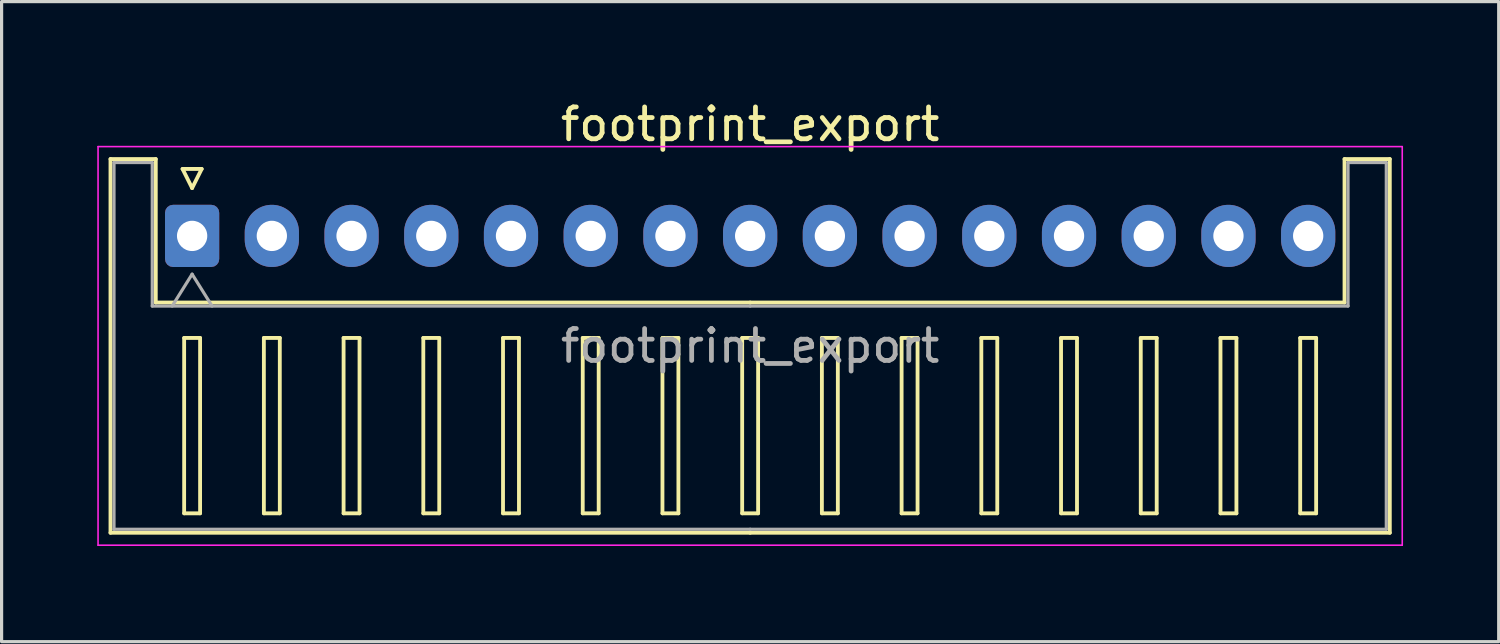
<source format=kicad_pcb>
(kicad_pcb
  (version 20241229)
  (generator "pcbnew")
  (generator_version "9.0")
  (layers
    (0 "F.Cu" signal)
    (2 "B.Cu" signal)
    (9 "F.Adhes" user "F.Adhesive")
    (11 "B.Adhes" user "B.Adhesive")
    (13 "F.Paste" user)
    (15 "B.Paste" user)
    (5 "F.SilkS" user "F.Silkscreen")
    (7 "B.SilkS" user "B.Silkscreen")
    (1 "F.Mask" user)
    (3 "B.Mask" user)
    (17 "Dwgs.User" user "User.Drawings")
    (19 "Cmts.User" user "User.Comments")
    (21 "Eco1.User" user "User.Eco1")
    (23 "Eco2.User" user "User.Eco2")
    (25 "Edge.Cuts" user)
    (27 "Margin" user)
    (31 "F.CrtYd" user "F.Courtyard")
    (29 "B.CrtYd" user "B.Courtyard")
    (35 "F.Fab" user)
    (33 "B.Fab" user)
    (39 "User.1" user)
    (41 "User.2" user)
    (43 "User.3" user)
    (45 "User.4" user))
  (footprint "footprint_export"
    (layer "F.Cu")
    (at 2.975 4.348)
    (property "Reference" "footprint_export" (at 17.5 -3.5 0) (layer "F.SilkS") (effects (font (size 1 1) (thickness 0.15))))
    (attr through_hole)
    (fp_line (start -2.56 -2.41) (end -1.14 -2.41) (stroke (width 0.12) (type solid)) (layer "F.SilkS"))
    (fp_line (start -2.56 9.31) (end -2.56 -2.41) (stroke (width 0.12) (type solid)) (layer "F.SilkS"))
    (fp_line (start -1.14 -2.41) (end -1.14 2.09) (stroke (width 0.12) (type solid)) (layer "F.SilkS"))
    (fp_line (start -1.14 2.09) (end 17.5 2.09) (stroke (width 0.12) (type solid)) (layer "F.SilkS"))
    (fp_line (start -0.3 -2.1) (end 0.3 -2.1) (stroke (width 0.12) (type solid)) (layer "F.SilkS"))
    (fp_line (start -0.25 3.2) (end -0.25 8.7) (stroke (width 0.12) (type solid)) (layer "F.SilkS"))
    (fp_line (start -0.25 8.7) (end 0.25 8.7) (stroke (width 0.12) (type solid)) (layer "F.SilkS"))
    (fp_line (start 0 -1.5) (end -0.3 -2.1) (stroke (width 0.12) (type solid)) (layer "F.SilkS"))
    (fp_line (start 0.25 3.2) (end -0.25 3.2) (stroke (width 0.12) (type solid)) (layer "F.SilkS"))
    (fp_line (start 0.25 8.7) (end 0.25 3.2) (stroke (width 0.12) (type solid)) (layer "F.SilkS"))
    (fp_line (start 0.3 -2.1) (end 0 -1.5) (stroke (width 0.12) (type solid)) (layer "F.SilkS"))
    (fp_line (start 2.25 3.2) (end 2.25 8.7) (stroke (width 0.12) (type solid)) (layer "F.SilkS"))
    (fp_line (start 2.25 8.7) (end 2.75 8.7) (stroke (width 0.12) (type solid)) (layer "F.SilkS"))
    (fp_line (start 2.75 3.2) (end 2.25 3.2) (stroke (width 0.12) (type solid)) (layer "F.SilkS"))
    (fp_line (start 2.75 8.7) (end 2.75 3.2) (stroke (width 0.12) (type solid)) (layer "F.SilkS"))
    (fp_line (start 4.75 3.2) (end 4.75 8.7) (stroke (width 0.12) (type solid)) (layer "F.SilkS"))
    (fp_line (start 4.75 8.7) (end 5.25 8.7) (stroke (width 0.12) (type solid)) (layer "F.SilkS"))
    (fp_line (start 5.25 3.2) (end 4.75 3.2) (stroke (width 0.12) (type solid)) (layer "F.SilkS"))
    (fp_line (start 5.25 8.7) (end 5.25 3.2) (stroke (width 0.12) (type solid)) (layer "F.SilkS"))
    (fp_line (start 7.25 3.2) (end 7.25 8.7) (stroke (width 0.12) (type solid)) (layer "F.SilkS"))
    (fp_line (start 7.25 8.7) (end 7.75 8.7) (stroke (width 0.12) (type solid)) (layer "F.SilkS"))
    (fp_line (start 7.75 3.2) (end 7.25 3.2) (stroke (width 0.12) (type solid)) (layer "F.SilkS"))
    (fp_line (start 7.75 8.7) (end 7.75 3.2) (stroke (width 0.12) (type solid)) (layer "F.SilkS"))
    (fp_line (start 9.75 3.2) (end 9.75 8.7) (stroke (width 0.12) (type solid)) (layer "F.SilkS"))
    (fp_line (start 9.75 8.7) (end 10.25 8.7) (stroke (width 0.12) (type solid)) (layer "F.SilkS"))
    (fp_line (start 10.25 3.2) (end 9.75 3.2) (stroke (width 0.12) (type solid)) (layer "F.SilkS"))
    (fp_line (start 10.25 8.7) (end 10.25 3.2) (stroke (width 0.12) (type solid)) (layer "F.SilkS"))
    (fp_line (start 12.25 3.2) (end 12.25 8.7) (stroke (width 0.12) (type solid)) (layer "F.SilkS"))
    (fp_line (start 12.25 8.7) (end 12.75 8.7) (stroke (width 0.12) (type solid)) (layer "F.SilkS"))
    (fp_line (start 12.75 3.2) (end 12.25 3.2) (stroke (width 0.12) (type solid)) (layer "F.SilkS"))
    (fp_line (start 12.75 8.7) (end 12.75 3.2) (stroke (width 0.12) (type solid)) (layer "F.SilkS"))
    (fp_line (start 14.75 3.2) (end 14.75 8.7) (stroke (width 0.12) (type solid)) (layer "F.SilkS"))
    (fp_line (start 14.75 8.7) (end 15.25 8.7) (stroke (width 0.12) (type solid)) (layer "F.SilkS"))
    (fp_line (start 15.25 3.2) (end 14.75 3.2) (stroke (width 0.12) (type solid)) (layer "F.SilkS"))
    (fp_line (start 15.25 8.7) (end 15.25 3.2) (stroke (width 0.12) (type solid)) (layer "F.SilkS"))
    (fp_line (start 17.25 3.2) (end 17.25 8.7) (stroke (width 0.12) (type solid)) (layer "F.SilkS"))
    (fp_line (start 17.25 8.7) (end 17.75 8.7) (stroke (width 0.12) (type solid)) (layer "F.SilkS"))
    (fp_line (start 17.5 9.31) (end -2.56 9.31) (stroke (width 0.12) (type solid)) (layer "F.SilkS"))
    (fp_line (start 17.5 9.31) (end 37.56 9.31) (stroke (width 0.12) (type solid)) (layer "F.SilkS"))
    (fp_line (start 17.75 3.2) (end 17.25 3.2) (stroke (width 0.12) (type solid)) (layer "F.SilkS"))
    (fp_line (start 17.75 8.7) (end 17.75 3.2) (stroke (width 0.12) (type solid)) (layer "F.SilkS"))
    (fp_line (start 19.75 3.2) (end 19.75 8.7) (stroke (width 0.12) (type solid)) (layer "F.SilkS"))
    (fp_line (start 19.75 8.7) (end 20.25 8.7) (stroke (width 0.12) (type solid)) (layer "F.SilkS"))
    (fp_line (start 20.25 3.2) (end 19.75 3.2) (stroke (width 0.12) (type solid)) (layer "F.SilkS"))
    (fp_line (start 20.25 8.7) (end 20.25 3.2) (stroke (width 0.12) (type solid)) (layer "F.SilkS"))
    (fp_line (start 22.25 3.2) (end 22.25 8.7) (stroke (width 0.12) (type solid)) (layer "F.SilkS"))
    (fp_line (start 22.25 8.7) (end 22.75 8.7) (stroke (width 0.12) (type solid)) (layer "F.SilkS"))
    (fp_line (start 22.75 3.2) (end 22.25 3.2) (stroke (width 0.12) (type solid)) (layer "F.SilkS"))
    (fp_line (start 22.75 8.7) (end 22.75 3.2) (stroke (width 0.12) (type solid)) (layer "F.SilkS"))
    (fp_line (start 24.75 3.2) (end 24.75 8.7) (stroke (width 0.12) (type solid)) (layer "F.SilkS"))
    (fp_line (start 24.75 8.7) (end 25.25 8.7) (stroke (width 0.12) (type solid)) (layer "F.SilkS"))
    (fp_line (start 25.25 3.2) (end 24.75 3.2) (stroke (width 0.12) (type solid)) (layer "F.SilkS"))
    (fp_line (start 25.25 8.7) (end 25.25 3.2) (stroke (width 0.12) (type solid)) (layer "F.SilkS"))
    (fp_line (start 27.25 3.2) (end 27.25 8.7) (stroke (width 0.12) (type solid)) (layer "F.SilkS"))
    (fp_line (start 27.25 8.7) (end 27.75 8.7) (stroke (width 0.12) (type solid)) (layer "F.SilkS"))
    (fp_line (start 27.75 3.2) (end 27.25 3.2) (stroke (width 0.12) (type solid)) (layer "F.SilkS"))
    (fp_line (start 27.75 8.7) (end 27.75 3.2) (stroke (width 0.12) (type solid)) (layer "F.SilkS"))
    (fp_line (start 29.75 3.2) (end 29.75 8.7) (stroke (width 0.12) (type solid)) (layer "F.SilkS"))
    (fp_line (start 29.75 8.7) (end 30.25 8.7) (stroke (width 0.12) (type solid)) (layer "F.SilkS"))
    (fp_line (start 30.25 3.2) (end 29.75 3.2) (stroke (width 0.12) (type solid)) (layer "F.SilkS"))
    (fp_line (start 30.25 8.7) (end 30.25 3.2) (stroke (width 0.12) (type solid)) (layer "F.SilkS"))
    (fp_line (start 32.25 3.2) (end 32.25 8.7) (stroke (width 0.12) (type solid)) (layer "F.SilkS"))
    (fp_line (start 32.25 8.7) (end 32.75 8.7) (stroke (width 0.12) (type solid)) (layer "F.SilkS"))
    (fp_line (start 32.75 3.2) (end 32.25 3.2) (stroke (width 0.12) (type solid)) (layer "F.SilkS"))
    (fp_line (start 32.75 8.7) (end 32.75 3.2) (stroke (width 0.12) (type solid)) (layer "F.SilkS"))
    (fp_line (start 34.75 3.2) (end 34.75 8.7) (stroke (width 0.12) (type solid)) (layer "F.SilkS"))
    (fp_line (start 34.75 8.7) (end 35.25 8.7) (stroke (width 0.12) (type solid)) (layer "F.SilkS"))
    (fp_line (start 35.25 3.2) (end 34.75 3.2) (stroke (width 0.12) (type solid)) (layer "F.SilkS"))
    (fp_line (start 35.25 8.7) (end 35.25 3.2) (stroke (width 0.12) (type solid)) (layer "F.SilkS"))
    (fp_line (start 36.14 -2.41) (end 36.14 2.09) (stroke (width 0.12) (type solid)) (layer "F.SilkS"))
    (fp_line (start 36.14 2.09) (end 17.5 2.09) (stroke (width 0.12) (type solid)) (layer "F.SilkS"))
    (fp_line (start 37.56 -2.41) (end 36.14 -2.41) (stroke (width 0.12) (type solid)) (layer "F.SilkS"))
    (fp_line (start 37.56 9.31) (end 37.56 -2.41) (stroke (width 0.12) (type solid)) (layer "F.SilkS"))
    (fp_line (start -2.95 -2.8) (end -2.95 9.7) (stroke (width 0.05) (type solid)) (layer "F.CrtYd"))
    (fp_line (start -2.95 9.7) (end 37.95 9.7) (stroke (width 0.05) (type solid)) (layer "F.CrtYd"))
    (fp_line (start 37.95 -2.8) (end -2.95 -2.8) (stroke (width 0.05) (type solid)) (layer "F.CrtYd"))
    (fp_line (start 37.95 9.7) (end 37.95 -2.8) (stroke (width 0.05) (type solid)) (layer "F.CrtYd"))
    (fp_line (start -2.45 -2.3) (end -1.25 -2.3) (stroke (width 0.1) (type solid)) (layer "F.Fab"))
    (fp_line (start -2.45 9.2) (end -2.45 -2.3) (stroke (width 0.1) (type solid)) (layer "F.Fab"))
    (fp_line (start -1.25 -2.3) (end -1.25 2.2) (stroke (width 0.1) (type solid)) (layer "F.Fab"))
    (fp_line (start -1.25 2.2) (end 17.5 2.2) (stroke (width 0.1) (type solid)) (layer "F.Fab"))
    (fp_line (start -0.625 2.2) (end 0 1.2) (stroke (width 0.1) (type solid)) (layer "F.Fab"))
    (fp_line (start 0 1.2) (end 0.625 2.2) (stroke (width 0.1) (type solid)) (layer "F.Fab"))
    (fp_line (start 17.5 9.2) (end -2.45 9.2) (stroke (width 0.1) (type solid)) (layer "F.Fab"))
    (fp_line (start 17.5 9.2) (end 37.45 9.2) (stroke (width 0.1) (type solid)) (layer "F.Fab"))
    (fp_line (start 36.25 -2.3) (end 36.25 2.2) (stroke (width 0.1) (type solid)) (layer "F.Fab"))
    (fp_line (start 36.25 2.2) (end 17.5 2.2) (stroke (width 0.1) (type solid)) (layer "F.Fab"))
    (fp_line (start 37.45 -2.3) (end 36.25 -2.3) (stroke (width 0.1) (type solid)) (layer "F.Fab"))
    (fp_line (start 37.45 9.2) (end 37.45 -2.3) (stroke (width 0.1) (type solid)) (layer "F.Fab"))
    (fp_text user "${REFERENCE}" (at 17.5 3.45 0) (layer "F.Fab") (effects (font (size 1 1) (thickness 0.15))))
    (pad "1" thru_hole roundrect (at 0 0) (size 1.7 1.95) (drill 0.95) (layers "*.Cu" "*.Mask") (roundrect_rratio 0.147))
    (pad "2" thru_hole oval (at 2.5 0) (size 1.7 1.95) (drill 0.95) (layers "*.Cu" "*.Mask"))
    (pad "3" thru_hole oval (at 5 0) (size 1.7 1.95) (drill 0.95) (layers "*.Cu" "*.Mask"))
    (pad "4" thru_hole oval (at 7.5 0) (size 1.7 1.95) (drill 0.95) (layers "*.Cu" "*.Mask"))
    (pad "5" thru_hole oval (at 10 0) (size 1.7 1.95) (drill 0.95) (layers "*.Cu" "*.Mask"))
    (pad "6" thru_hole oval (at 12.5 0) (size 1.7 1.95) (drill 0.95) (layers "*.Cu" "*.Mask"))
    (pad "7" thru_hole oval (at 15 0) (size 1.7 1.95) (drill 0.95) (layers "*.Cu" "*.Mask"))
    (pad "8" thru_hole oval (at 17.5 0) (size 1.7 1.95) (drill 0.95) (layers "*.Cu" "*.Mask"))
    (pad "9" thru_hole oval (at 20 0) (size 1.7 1.95) (drill 0.95) (layers "*.Cu" "*.Mask"))
    (pad "10" thru_hole oval (at 22.5 0) (size 1.7 1.95) (drill 0.95) (layers "*.Cu" "*.Mask"))
    (pad "11" thru_hole oval (at 25 0) (size 1.7 1.95) (drill 0.95) (layers "*.Cu" "*.Mask"))
    (pad "12" thru_hole oval (at 27.5 0) (size 1.7 1.95) (drill 0.95) (layers "*.Cu" "*.Mask"))
    (pad "13" thru_hole oval (at 30 0) (size 1.7 1.95) (drill 0.95) (layers "*.Cu" "*.Mask"))
    (pad "14" thru_hole oval (at 32.5 0) (size 1.7 1.95) (drill 0.95) (layers "*.Cu" "*.Mask"))
    (pad "15" thru_hole oval (at 35 0) (size 1.7 1.95) (drill 0.95) (layers "*.Cu" "*.Mask")))
  (gr_rect
    (start -3 -3)
    (end 43.95 17.073)
    (stroke (width 0.1) (type default))
    (fill no)
    (layer "Edge.Cuts")))
</source>
